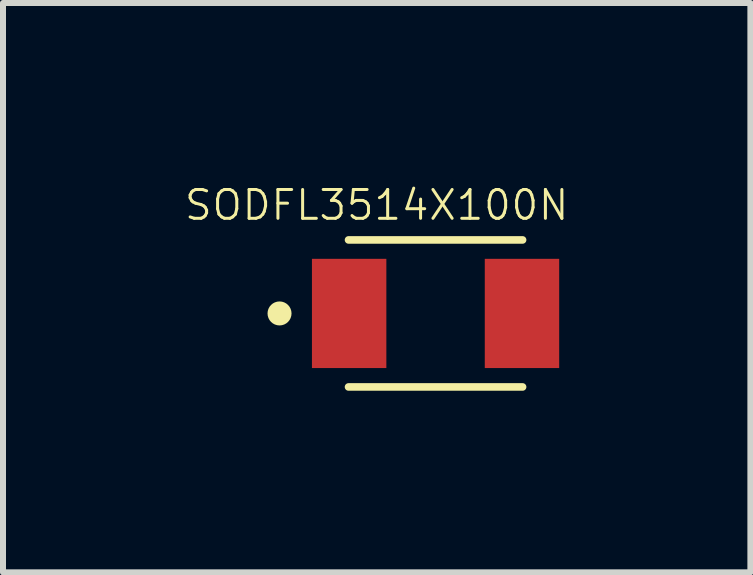
<source format=kicad_pcb>
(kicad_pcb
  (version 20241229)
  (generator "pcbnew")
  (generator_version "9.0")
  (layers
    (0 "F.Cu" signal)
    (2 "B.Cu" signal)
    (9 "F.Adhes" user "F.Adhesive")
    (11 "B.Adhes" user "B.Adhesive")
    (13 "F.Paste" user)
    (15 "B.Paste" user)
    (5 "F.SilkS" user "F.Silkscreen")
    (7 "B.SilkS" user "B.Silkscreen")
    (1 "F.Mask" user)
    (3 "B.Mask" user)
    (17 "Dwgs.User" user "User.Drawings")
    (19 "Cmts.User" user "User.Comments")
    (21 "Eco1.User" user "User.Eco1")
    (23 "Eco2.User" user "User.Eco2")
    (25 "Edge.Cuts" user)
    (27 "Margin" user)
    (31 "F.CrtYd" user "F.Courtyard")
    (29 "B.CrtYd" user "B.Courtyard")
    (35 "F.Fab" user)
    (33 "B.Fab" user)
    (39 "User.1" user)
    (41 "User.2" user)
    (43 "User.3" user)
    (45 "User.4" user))
  (footprint "SODFL3514X100N"
    (layer "F.Cu")
    (at 4.208 2.173)
    (property "Reference" "SODFL3514X100N" (at -0.981 -1.805 0) (layer "F.SilkS") (effects (font (size 0.48 0.48) (thickness 0.05))))
    (attr smd)
    (fp_line (start -1.45 -1.225) (end 1.45 -1.225) (stroke (width 0.127) (type solid)) (layer "F.SilkS"))
    (fp_line (start -1.45 1.225) (end 1.45 1.225) (stroke (width 0.127) (type solid)) (layer "F.SilkS"))
    (fp_circle (center -2.6 0) (end -2.5 0) (stroke (width 0.2) (type solid)) (fill no) (layer "F.SilkS"))
    (fp_line (start -2.21 -1.289) (end 2.21 -1.289) (stroke (width 0.05) (type solid)) (layer "Eco1.User"))
    (fp_line (start -2.21 1.289) (end -2.21 -1.289) (stroke (width 0.05) (type solid)) (layer "Eco1.User"))
    (fp_line (start 2.21 -1.289) (end 2.21 1.289) (stroke (width 0.05) (type solid)) (layer "Eco1.User"))
    (fp_line (start 2.21 1.289) (end -2.21 1.289) (stroke (width 0.05) (type solid)) (layer "Eco1.User"))
    (fp_line (start -1.5 -0.75) (end 1.5 -0.75) (stroke (width 0.127) (type solid)) (layer "Eco2.User"))
    (fp_line (start -1.5 0.75) (end -1.5 -0.75) (stroke (width 0.127) (type solid)) (layer "Eco2.User"))
    (fp_line (start 1.5 -0.75) (end 1.5 0.75) (stroke (width 0.127) (type solid)) (layer "Eco2.User"))
    (fp_line (start 1.5 0.75) (end -1.5 0.75) (stroke (width 0.127) (type solid)) (layer "Eco2.User"))
    (fp_circle (center -2.6 0) (end -2.5 0) (stroke (width 0.2) (type solid)) (fill no) (layer "Eco2.User"))
    (pad "1" smd rect (at 1.44 0 90) (size 1.82 1.24) (layers "F.Cu" "F.Mask" "F.Paste"))
    (pad "2" smd rect (at -1.44 0 90) (size 1.82 1.24) (layers "F.Cu" "F.Mask" "F.Paste")))
  (gr_rect
    (start -3 -3)
    (end 9.454 6.487)
    (stroke (width 0.1) (type default))
    (fill no)
    (layer "Edge.Cuts")))
</source>
